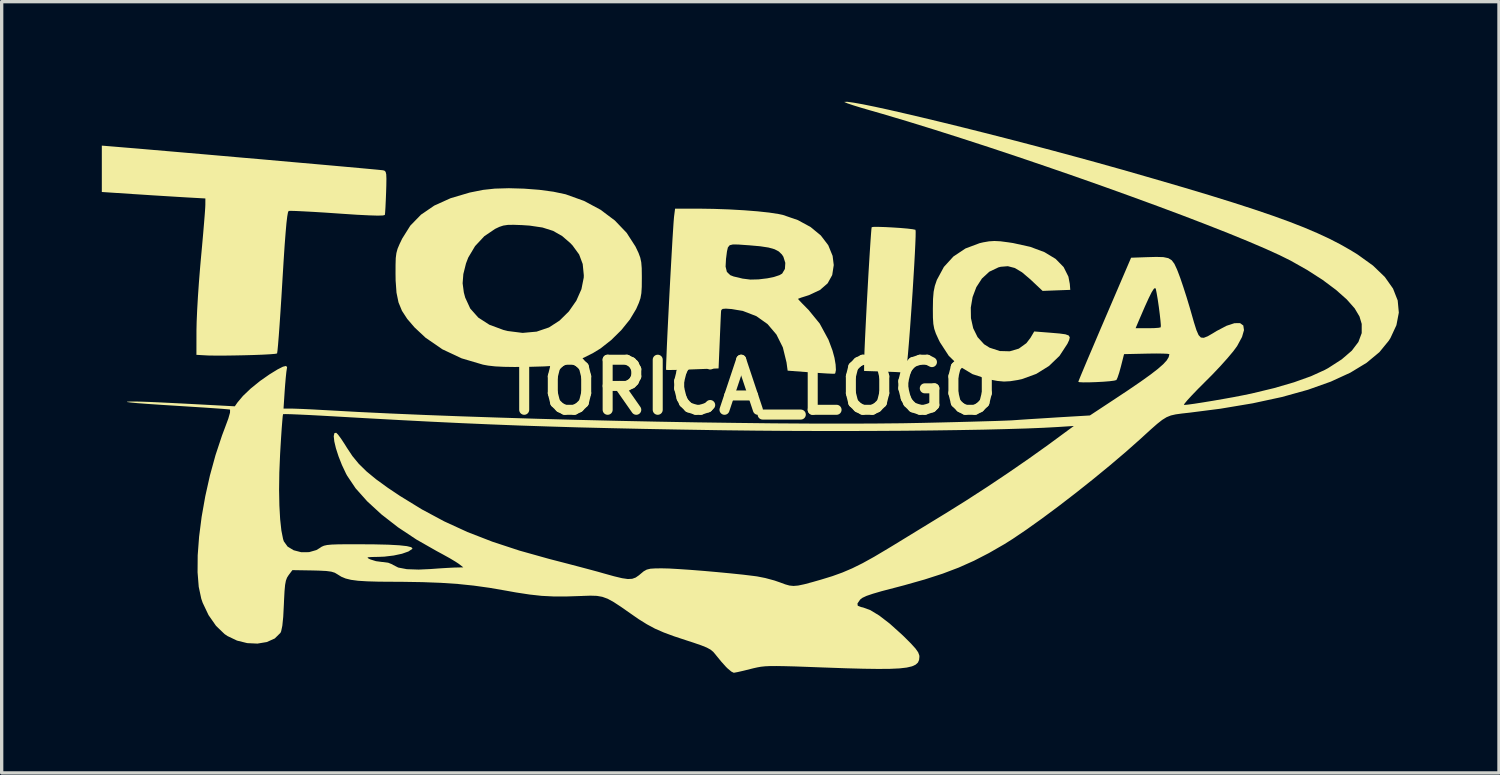
<source format=kicad_pcb>
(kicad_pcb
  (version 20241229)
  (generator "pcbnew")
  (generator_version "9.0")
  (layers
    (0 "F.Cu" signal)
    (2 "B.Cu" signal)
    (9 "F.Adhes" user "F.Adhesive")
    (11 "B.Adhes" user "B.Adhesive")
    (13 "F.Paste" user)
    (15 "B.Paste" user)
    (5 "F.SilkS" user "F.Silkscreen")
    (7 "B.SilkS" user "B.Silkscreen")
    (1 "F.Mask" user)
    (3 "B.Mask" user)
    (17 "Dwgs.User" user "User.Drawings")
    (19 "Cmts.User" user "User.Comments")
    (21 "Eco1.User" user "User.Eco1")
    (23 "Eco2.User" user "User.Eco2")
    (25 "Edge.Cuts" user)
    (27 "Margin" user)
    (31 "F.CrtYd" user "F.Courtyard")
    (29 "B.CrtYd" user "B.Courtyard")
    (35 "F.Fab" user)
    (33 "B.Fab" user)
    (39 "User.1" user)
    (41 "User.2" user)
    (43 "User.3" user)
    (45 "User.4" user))
  (footprint "TORICA_LOGO"
    (layer "F.Cu")
    (at 19.438 8.547)
    (property "Reference" "TORICA_LOGO" (at 0 0 0) (layer "F.SilkS") (effects (font (size 1.5 1.5) (thickness 0.3))))
    (attr board_only exclude_from_pos_files exclude_from_bom)
    (fp_poly (pts (xy 4.028 -4.795) (xy 4.255 -4.783) (xy 4.485 -4.768) (xy 4.691 -4.75) (xy 4.849 -4.731) (xy 4.932 -4.714) (xy 4.935 -4.712) (xy 4.941 -4.655) (xy 4.939 -4.505) (xy 4.93 -4.277) (xy 4.916 -3.984) (xy 4.897 -3.64) (xy 4.874 -3.26) (xy 4.849 -2.857) (xy 4.821 -2.445) (xy 4.792 -2.039) (xy 4.764 -1.651) (xy 4.736 -1.297) (xy 4.71 -0.991) (xy 4.687 -0.745) (xy 4.667 -0.575) (xy 4.653 -0.495) (xy 4.588 -0.44) (xy 4.56 -0.439) (xy 4.48 -0.445) (xy 4.32 -0.454) (xy 4.105 -0.462) (xy 3.944 -0.468) (xy 3.396 -0.485) (xy 3.397 -0.737) (xy 3.401 -0.896) (xy 3.41 -1.132) (xy 3.423 -1.43) (xy 3.44 -1.777) (xy 3.459 -2.159) (xy 3.48 -2.56) (xy 3.503 -2.967) (xy 3.525 -3.366) (xy 3.548 -3.743) (xy 3.569 -4.083) (xy 3.588 -4.372) (xy 3.604 -4.596) (xy 3.616 -4.741) (xy 3.624 -4.792) (xy 3.687 -4.801) (xy 3.83 -4.801)) (stroke (width 0) (type solid)) (fill yes) (layer "F.SilkS"))
    (fp_poly (pts (xy 7.48 -4.369) (xy 7.716 -4.338) (xy 7.856 -4.317) (xy 8.373 -4.203) (xy 8.799 -4.044) (xy 9.133 -3.842) (xy 9.373 -3.597) (xy 9.516 -3.311) (xy 9.558 -3.092) (xy 9.572 -2.914) (xy 9.158 -2.899) (xy 8.743 -2.883) (xy 8.378 -3.227) (xy 8.126 -3.441) (xy 7.908 -3.57) (xy 7.703 -3.623) (xy 7.492 -3.606) (xy 7.42 -3.588) (xy 7.147 -3.458) (xy 6.926 -3.254) (xy 6.758 -2.995) (xy 6.646 -2.699) (xy 6.592 -2.383) (xy 6.597 -2.066) (xy 6.664 -1.765) (xy 6.795 -1.499) (xy 6.991 -1.285) (xy 7.155 -1.182) (xy 7.461 -1.082) (xy 7.759 -1.074) (xy 8.031 -1.154) (xy 8.258 -1.318) (xy 8.379 -1.476) (xy 8.492 -1.668) (xy 8.978 -1.63) (xy 9.249 -1.607) (xy 9.426 -1.583) (xy 9.524 -1.548) (xy 9.557 -1.492) (xy 9.538 -1.409) (xy 9.486 -1.298) (xy 9.25 -0.937) (xy 8.933 -0.633) (xy 8.553 -0.397) (xy 8.125 -0.241) (xy 8 -0.214) (xy 7.774 -0.178) (xy 7.585 -0.168) (xy 7.389 -0.186) (xy 7.142 -0.232) (xy 7.099 -0.242) (xy 6.645 -0.389) (xy 6.257 -0.621) (xy 5.932 -0.939) (xy 5.669 -1.343) (xy 5.624 -1.434) (xy 5.546 -1.605) (xy 5.497 -1.748) (xy 5.47 -1.895) (xy 5.458 -2.08) (xy 5.456 -2.338) (xy 5.456 -2.353) (xy 5.461 -2.642) (xy 5.479 -2.857) (xy 5.515 -3.033) (xy 5.573 -3.204) (xy 5.578 -3.216) (xy 5.786 -3.601) (xy 6.073 -3.915) (xy 6.433 -4.154) (xy 6.857 -4.313) (xy 6.965 -4.338) (xy 7.139 -4.368) (xy 7.299 -4.378)) (stroke (width 0) (type solid)) (fill yes) (layer "F.SilkS"))
    (fp_poly (pts (xy -19.023 -7.201) (xy -18.727 -7.176) (xy -18.36 -7.146) (xy -17.933 -7.109) (xy -17.455 -7.068) (xy -16.936 -7.023) (xy -16.387 -6.976) (xy -15.817 -6.926) (xy -15.237 -6.875) (xy -14.656 -6.825) (xy -14.084 -6.774) (xy -13.532 -6.725) (xy -13.009 -6.679) (xy -12.526 -6.636) (xy -12.092 -6.597) (xy -11.717 -6.563) (xy -11.412 -6.535) (xy -11.186 -6.514) (xy -11.05 -6.5) (xy -11.012 -6.496) (xy -10.965 -6.481) (xy -10.935 -6.445) (xy -10.918 -6.372) (xy -10.913 -6.24) (xy -10.916 -6.034) (xy -10.922 -5.843) (xy -10.932 -5.592) (xy -10.942 -5.378) (xy -10.952 -5.225) (xy -10.96 -5.158) (xy -11.016 -5.143) (xy -11.173 -5.138) (xy -11.432 -5.146) (xy -11.794 -5.164) (xy -12.261 -5.195) (xy -12.377 -5.203) (xy -12.755 -5.229) (xy -13.099 -5.25) (xy -13.395 -5.266) (xy -13.627 -5.277) (xy -13.782 -5.281) (xy -13.842 -5.278) (xy -13.862 -5.234) (xy -13.883 -5.116) (xy -13.907 -4.917) (xy -13.932 -4.633) (xy -13.961 -4.258) (xy -13.992 -3.787) (xy -14.027 -3.215) (xy -14.031 -3.148) (xy -14.059 -2.684) (xy -14.087 -2.253) (xy -14.113 -1.869) (xy -14.137 -1.541) (xy -14.158 -1.281) (xy -14.175 -1.102) (xy -14.187 -1.015) (xy -14.19 -1.009) (xy -14.252 -0.997) (xy -14.401 -0.985) (xy -14.619 -0.973) (xy -14.884 -0.963) (xy -15.177 -0.955) (xy -15.479 -0.949) (xy -15.77 -0.945) (xy -16.03 -0.945) (xy -16.239 -0.948) (xy -16.323 -0.952) (xy -16.604 -0.968) (xy -16.603 -1.701) (xy -16.597 -1.964) (xy -16.582 -2.308) (xy -16.559 -2.709) (xy -16.529 -3.14) (xy -16.494 -3.578) (xy -16.47 -3.85) (xy -16.434 -4.239) (xy -16.402 -4.601) (xy -16.375 -4.922) (xy -16.354 -5.183) (xy -16.341 -5.369) (xy -16.337 -5.46) (xy -16.336 -5.652) (xy -16.938 -5.686) (xy -17.204 -5.702) (xy -17.542 -5.723) (xy -17.917 -5.746) (xy -18.295 -5.771) (xy -18.489 -5.783) (xy -19.438 -5.846) (xy -19.438 -6.54) (xy -19.438 -7.235)) (stroke (width 0) (type solid)) (fill yes) (layer "F.SilkS"))
    (fp_poly (pts (xy -6.788 -5.946) (xy -6.332 -5.911) (xy -5.909 -5.854) (xy -5.554 -5.779) (xy -5.536 -5.774) (xy -4.992 -5.578) (xy -4.499 -5.314) (xy -4.07 -4.992) (xy -3.717 -4.623) (xy -3.454 -4.215) (xy -3.444 -4.195) (xy -3.361 -4.021) (xy -3.309 -3.88) (xy -3.279 -3.738) (xy -3.265 -3.563) (xy -3.262 -3.32) (xy -3.262 -3.263) (xy -3.264 -3.001) (xy -3.276 -2.813) (xy -3.303 -2.664) (xy -3.352 -2.521) (xy -3.428 -2.349) (xy -3.436 -2.333) (xy -3.621 -2.025) (xy -3.878 -1.707) (xy -4.181 -1.409) (xy -4.502 -1.157) (xy -4.718 -1.025) (xy -4.98 -0.892) (xy -5.204 -0.792) (xy -5.414 -0.72) (xy -5.633 -0.67) (xy -5.884 -0.639) (xy -6.192 -0.621) (xy -6.578 -0.61) (xy -6.657 -0.609) (xy -7.072 -0.604) (xy -7.399 -0.609) (xy -7.658 -0.622) (xy -7.869 -0.646) (xy -8.021 -0.674) (xy -8.66 -0.863) (xy -9.235 -1.133) (xy -9.741 -1.481) (xy -10.071 -1.79) (xy -10.29 -2.045) (xy -10.447 -2.286) (xy -10.551 -2.539) (xy -10.611 -2.831) (xy -10.631 -3.111) (xy -8.63 -3.111) (xy -8.594 -2.837) (xy -8.553 -2.683) (xy -8.402 -2.355) (xy -8.161 -2.084) (xy -7.83 -1.87) (xy -7.41 -1.714) (xy -7.278 -1.681) (xy -6.833 -1.625) (xy -6.413 -1.663) (xy -6.043 -1.789) (xy -5.726 -1.994) (xy -5.448 -2.268) (xy -5.224 -2.59) (xy -5.071 -2.935) (xy -5.002 -3.282) (xy -5 -3.351) (xy -5.033 -3.688) (xy -5.14 -3.974) (xy -5.336 -4.243) (xy -5.4 -4.311) (xy -5.648 -4.526) (xy -5.92 -4.681) (xy -6.238 -4.782) (xy -6.624 -4.839) (xy -6.849 -4.854) (xy -7.102 -4.863) (xy -7.279 -4.86) (xy -7.412 -4.84) (xy -7.53 -4.801) (xy -7.656 -4.741) (xy -7.981 -4.521) (xy -8.257 -4.225) (xy -8.462 -3.881) (xy -8.529 -3.706) (xy -8.609 -3.386) (xy -8.63 -3.111) (xy -10.631 -3.111) (xy -10.637 -3.188) (xy -10.64 -3.398) (xy -10.639 -3.672) (xy -10.633 -3.868) (xy -10.614 -4.016) (xy -10.579 -4.145) (xy -10.52 -4.284) (xy -10.44 -4.451) (xy -10.197 -4.838) (xy -9.877 -5.167) (xy -9.477 -5.44) (xy -8.992 -5.659) (xy -8.418 -5.829) (xy -8.018 -5.909) (xy -7.666 -5.947) (xy -7.244 -5.959)) (stroke (width 0) (type solid)) (fill yes) (layer "F.SilkS"))
    (fp_poly (pts (xy -1.561 -5.347) (xy -1.109 -5.34) (xy -0.651 -5.324) (xy -0.208 -5.299) (xy 0.201 -5.267) (xy 0.555 -5.229) (xy 0.835 -5.186) (xy 0.963 -5.159) (xy 1.412 -5.004) (xy 1.794 -4.796) (xy 2.1 -4.543) (xy 2.322 -4.252) (xy 2.453 -3.932) (xy 2.487 -3.657) (xy 2.441 -3.358) (xy 2.304 -3.11) (xy 2.073 -2.91) (xy 1.747 -2.757) (xy 1.644 -2.724) (xy 1.508 -2.681) (xy 1.427 -2.65) (xy 1.417 -2.643) (xy 1.452 -2.601) (xy 1.545 -2.503) (xy 1.68 -2.366) (xy 1.732 -2.314) (xy 2.066 -1.905) (xy 2.329 -1.42) (xy 2.45 -1.096) (xy 2.509 -0.878) (xy 2.543 -0.676) (xy 2.552 -0.514) (xy 2.533 -0.418) (xy 2.513 -0.402) (xy 2.442 -0.402) (xy 2.287 -0.409) (xy 2.069 -0.423) (xy 1.811 -0.441) (xy 1.783 -0.443) (xy 1.106 -0.494) (xy 1.072 -0.742) (xy 0.962 -1.191) (xy 0.77 -1.576) (xy 0.503 -1.89) (xy 0.168 -2.127) (xy -0.231 -2.281) (xy -0.567 -2.339) (xy -0.744 -2.352) (xy -0.84 -2.344) (xy -0.881 -2.311) (xy -0.889 -2.267) (xy -0.894 -2.179) (xy -0.902 -2.007) (xy -0.912 -1.771) (xy -0.924 -1.493) (xy -0.929 -1.364) (xy -0.963 -0.561) (xy -1.738 -0.532) (xy -2.014 -0.522) (xy -2.25 -0.516) (xy -2.426 -0.514) (xy -2.522 -0.515) (xy -2.534 -0.517) (xy -2.536 -0.571) (xy -2.532 -0.719) (xy -2.523 -0.947) (xy -2.511 -1.242) (xy -2.495 -1.591) (xy -2.476 -1.979) (xy -2.455 -2.394) (xy -2.433 -2.823) (xy -2.41 -3.252) (xy -2.39 -3.611) (xy -0.753 -3.611) (xy -0.714 -3.452) (xy -0.614 -3.355) (xy -0.515 -3.316) (xy -0.242 -3.251) (xy -0.009 -3.222) (xy 0.233 -3.228) (xy 0.5 -3.26) (xy 0.695 -3.3) (xy 0.859 -3.354) (xy 0.941 -3.401) (xy 1.024 -3.541) (xy 1.036 -3.722) (xy 0.978 -3.907) (xy 0.933 -3.975) (xy 0.841 -4.064) (xy 0.714 -4.131) (xy 0.533 -4.182) (xy 0.283 -4.22) (xy -0.055 -4.25) (xy -0.118 -4.254) (xy -0.368 -4.272) (xy -0.532 -4.275) (xy -0.63 -4.251) (xy -0.684 -4.185) (xy -0.712 -4.064) (xy -0.736 -3.876) (xy -0.74 -3.848) (xy -0.753 -3.611) (xy -2.39 -3.611) (xy -2.387 -3.668) (xy -2.365 -4.058) (xy -2.345 -4.407) (xy -2.326 -4.704) (xy -2.311 -4.934) (xy -2.299 -5.084) (xy -2.295 -5.12) (xy -2.266 -5.347)) (stroke (width 0) (type solid)) (fill yes) (layer "F.SilkS"))
    (fp_poly (pts (xy 3.087 -8.521) (xy 3.362 -8.472) (xy 3.715 -8.4) (xy 4.138 -8.308) (xy 4.622 -8.197) (xy 5.159 -8.071) (xy 5.741 -7.931) (xy 6.359 -7.779) (xy 7.005 -7.617) (xy 7.671 -7.447) (xy 8.348 -7.271) (xy 9.029 -7.091) (xy 9.704 -6.909) (xy 10.365 -6.728) (xy 11.004 -6.549) (xy 11.123 -6.516) (xy 12.092 -6.237) (xy 12.966 -5.982) (xy 13.749 -5.747) (xy 14.45 -5.529) (xy 15.077 -5.326) (xy 15.635 -5.136) (xy 16.132 -4.956) (xy 16.575 -4.783) (xy 16.972 -4.614) (xy 17.33 -4.448) (xy 17.655 -4.281) (xy 17.956 -4.11) (xy 18.181 -3.972) (xy 18.641 -3.641) (xy 18.994 -3.301) (xy 19.24 -2.953) (xy 19.38 -2.597) (xy 19.414 -2.232) (xy 19.342 -1.857) (xy 19.164 -1.473) (xy 19.115 -1.394) (xy 18.833 -1.049) (xy 18.448 -0.729) (xy 17.962 -0.434) (xy 17.376 -0.165) (xy 16.693 0.078) (xy 15.913 0.295) (xy 15.038 0.484) (xy 14.07 0.646) (xy 13.148 0.764) (xy 12.913 0.79) (xy 12.732 0.815) (xy 12.586 0.848) (xy 12.457 0.9) (xy 12.326 0.981) (xy 12.175 1.1) (xy 11.985 1.267) (xy 11.737 1.493) (xy 11.674 1.551) (xy 11.24 1.936) (xy 10.761 2.343) (xy 10.254 2.759) (xy 9.734 3.172) (xy 9.217 3.57) (xy 8.719 3.94) (xy 8.256 4.27) (xy 7.845 4.548) (xy 7.597 4.704) (xy 7.135 4.97) (xy 6.687 5.201) (xy 6.232 5.404) (xy 5.747 5.588) (xy 5.211 5.761) (xy 4.6 5.934) (xy 4.284 6.017) (xy 3.924 6.111) (xy 3.657 6.189) (xy 3.469 6.253) (xy 3.347 6.31) (xy 3.279 6.362) (xy 3.276 6.366) (xy 3.197 6.481) (xy 3.206 6.548) (xy 3.309 6.588) (xy 3.366 6.6) (xy 3.582 6.679) (xy 3.85 6.842) (xy 4.164 7.084) (xy 4.518 7.402) (xy 4.596 7.476) (xy 4.8 7.68) (xy 4.936 7.83) (xy 5.015 7.942) (xy 5.049 8.032) (xy 5.053 8.077) (xy 5.043 8.171) (xy 5.009 8.25) (xy 4.94 8.313) (xy 4.831 8.363) (xy 4.672 8.4) (xy 4.456 8.425) (xy 4.173 8.438) (xy 3.817 8.441) (xy 3.379 8.435) (xy 2.851 8.421) (xy 2.225 8.399) (xy 2.194 8.398) (xy 1.712 8.38) (xy 1.323 8.366) (xy 1.014 8.358) (xy 0.771 8.354) (xy 0.582 8.355) (xy 0.431 8.362) (xy 0.307 8.375) (xy 0.196 8.395) (xy 0.083 8.42) (xy -0.009 8.443) (xy -0.217 8.495) (xy -0.388 8.534) (xy -0.494 8.554) (xy -0.509 8.556) (xy -0.581 8.52) (xy -0.69 8.429) (xy -0.741 8.379) (xy -0.887 8.216) (xy -1.031 8.04) (xy -1.054 8.011) (xy -1.122 7.93) (xy -1.203 7.863) (xy -1.315 7.802) (xy -1.478 7.736) (xy -1.712 7.655) (xy -1.909 7.591) (xy -2.297 7.463) (xy -2.607 7.348) (xy -2.87 7.233) (xy -3.111 7.103) (xy -3.36 6.948) (xy -3.603 6.779) (xy -3.886 6.581) (xy -4.106 6.437) (xy -4.285 6.339) (xy -4.445 6.281) (xy -4.609 6.252) (xy -4.801 6.246) (xy -5.042 6.254) (xy -5.053 6.255) (xy -5.513 6.27) (xy -5.903 6.27) (xy -6.262 6.252) (xy -6.625 6.212) (xy -7.031 6.15) (xy -7.331 6.096) (xy -7.824 6.011) (xy -8.297 5.945) (xy -8.772 5.896) (xy -9.275 5.862) (xy -9.828 5.841) (xy -10.455 5.831) (xy -10.695 5.83) (xy -11.138 5.827) (xy -11.488 5.817) (xy -11.762 5.8) (xy -11.973 5.772) (xy -12.135 5.732) (xy -12.265 5.678) (xy -12.376 5.609) (xy -12.379 5.607) (xy -12.46 5.559) (xy -12.564 5.527) (xy -12.714 5.507) (xy -12.934 5.496) (xy -13.125 5.491) (xy -13.729 5.481) (xy -13.843 5.632) (xy -13.89 5.706) (xy -13.924 5.797) (xy -13.948 5.925) (xy -13.965 6.111) (xy -13.979 6.374) (xy -13.985 6.514) (xy -14.004 6.883) (xy -14.031 7.148) (xy -14.066 7.313) (xy -14.087 7.36) (xy -14.257 7.528) (xy -14.494 7.635) (xy -14.776 7.682) (xy -15.081 7.668) (xy -15.388 7.592) (xy -15.675 7.455) (xy -15.763 7.395) (xy -16.017 7.15) (xy -16.241 6.829) (xy -16.417 6.459) (xy -16.459 6.337) (xy -16.535 5.981) (xy -16.57 5.543) (xy -16.566 5.037) (xy -16.524 4.479) (xy -16.448 3.885) (xy -16.339 3.269) (xy -16.296 3.076) (xy -14.128 3.076) (xy -14.119 3.547) (xy -14.096 3.958) (xy -14.059 4.296) (xy -14.009 4.548) (xy -13.986 4.619) (xy -13.873 4.776) (xy -13.691 4.886) (xy -13.467 4.944) (xy -13.231 4.943) (xy -13.011 4.88) (xy -12.918 4.824) (xy -12.854 4.781) (xy -12.784 4.75) (xy -12.69 4.729) (xy -12.555 4.716) (xy -12.362 4.709) (xy -12.092 4.706) (xy -11.828 4.706) (xy -11.292 4.709) (xy -10.86 4.719) (xy -10.53 4.737) (xy -10.301 4.762) (xy -10.169 4.794) (xy -10.132 4.834) (xy -10.14 4.847) (xy -10.254 4.923) (xy -10.448 4.991) (xy -10.698 5.044) (xy -10.975 5.077) (xy -11.146 5.084) (xy -11.347 5.088) (xy -11.455 5.095) (xy -11.481 5.11) (xy -11.441 5.138) (xy -11.39 5.162) (xy -11.225 5.213) (xy -11.037 5.238) (xy -11.02 5.238) (xy -10.86 5.259) (xy -10.736 5.309) (xy -10.722 5.321) (xy -10.559 5.404) (xy -10.3 5.453) (xy -9.946 5.465) (xy -9.595 5.449) (xy -9.335 5.43) (xy -9.092 5.415) (xy -8.899 5.405) (xy -8.823 5.403) (xy -8.609 5.398) (xy -8.743 5.294) (xy -8.845 5.227) (xy -9.015 5.125) (xy -9.23 5.006) (xy -9.411 4.908) (xy -10.013 4.565) (xy -10.567 4.197) (xy -11.063 3.811) (xy -11.489 3.419) (xy -11.836 3.03) (xy -12.09 2.652) (xy -12.122 2.593) (xy -12.245 2.333) (xy -12.347 2.074) (xy -12.425 1.833) (xy -12.474 1.626) (xy -12.491 1.468) (xy -12.471 1.378) (xy -12.418 1.366) (xy -12.362 1.421) (xy -12.269 1.547) (xy -12.155 1.721) (xy -12.097 1.815) (xy -11.931 2.065) (xy -11.74 2.297) (xy -11.51 2.523) (xy -11.225 2.758) (xy -10.871 3.015) (xy -10.508 3.258) (xy -9.85 3.662) (xy -9.182 4.02) (xy -8.485 4.34) (xy -7.74 4.629) (xy -6.929 4.896) (xy -6.033 5.147) (xy -5.882 5.186) (xy -5.53 5.277) (xy -5.179 5.369) (xy -4.855 5.455) (xy -4.584 5.528) (xy -4.412 5.577) (xy -4.092 5.666) (xy -3.854 5.723) (xy -3.681 5.748) (xy -3.551 5.741) (xy -3.447 5.704) (xy -3.349 5.636) (xy -3.309 5.602) (xy -3.207 5.517) (xy -3.116 5.466) (xy -3.006 5.439) (xy -2.847 5.429) (xy -2.652 5.428) (xy -2.441 5.433) (xy -2.148 5.45) (xy -1.794 5.474) (xy -1.402 5.505) (xy -0.996 5.541) (xy -0.598 5.579) (xy -0.231 5.617) (xy 0.082 5.655) (xy 0.189 5.669) (xy 0.437 5.718) (xy 0.711 5.792) (xy 0.884 5.852) (xy 1.035 5.908) (xy 1.161 5.943) (xy 1.282 5.955) (xy 1.423 5.943) (xy 1.603 5.905) (xy 1.846 5.84) (xy 2.112 5.764) (xy 2.444 5.662) (xy 2.746 5.553) (xy 3.041 5.427) (xy 3.35 5.274) (xy 3.695 5.083) (xy 4.097 4.844) (xy 4.251 4.751) (xy 4.596 4.54) (xy 4.983 4.303) (xy 5.374 4.064) (xy 5.729 3.847) (xy 5.855 3.77) (xy 6.44 3.405) (xy 7.071 2.997) (xy 7.714 2.567) (xy 8.336 2.138) (xy 8.904 1.733) (xy 9.01 1.655) (xy 9.679 1.163) (xy 9.197 1.194) (xy 8.775 1.217) (xy 8.257 1.238) (xy 7.654 1.256) (xy 6.975 1.273) (xy 6.234 1.286) (xy 5.439 1.297) (xy 4.603 1.306) (xy 3.735 1.311) (xy 2.847 1.314) (xy 1.949 1.313) (xy 1.052 1.31) (xy 0.168 1.303) (xy -0.694 1.293) (xy -0.986 1.289) (xy -2.15 1.27) (xy -3.223 1.25) (xy -4.223 1.228) (xy -5.165 1.205) (xy -6.065 1.178) (xy -6.942 1.149) (xy -7.81 1.115) (xy -8.686 1.077) (xy -9.588 1.034) (xy -10.53 0.985) (xy -11.531 0.93) (xy -12.474 0.876) (xy -12.865 0.854) (xy -13.22 0.835) (xy -13.525 0.821) (xy -13.767 0.811) (xy -13.932 0.807) (xy -14.006 0.809) (xy -14.009 0.81) (xy -14.019 0.868) (xy -14.032 1.017) (xy -14.05 1.241) (xy -14.069 1.526) (xy -14.089 1.855) (xy -14.098 2.013) (xy -14.121 2.56) (xy -14.128 3.076) (xy -16.296 3.076) (xy -16.2 2.647) (xy -16.032 2.035) (xy -15.837 1.447) (xy -15.749 1.213) (xy -15.649 0.943) (xy -15.598 0.764) (xy -15.596 0.678) (xy -15.605 0.67) (xy -15.673 0.663) (xy -15.834 0.649) (xy -16.072 0.632) (xy -16.375 0.611) (xy -16.727 0.589) (xy -17.115 0.564) (xy -17.165 0.561) (xy -17.658 0.53) (xy -18.057 0.503) (xy -18.362 0.48) (xy -18.569 0.461) (xy -18.678 0.446) (xy -18.685 0.436) (xy -18.589 0.431) (xy -18.39 0.431) (xy -18.247 0.435) (xy -18.016 0.443) (xy -17.718 0.456) (xy -17.371 0.473) (xy -16.995 0.492) (xy -16.764 0.504) (xy -15.454 0.574) (xy -15.376 0.461) (xy -15.21 0.263) (xy -14.975 0.039) (xy -14.695 -0.187) (xy -14.416 -0.382) (xy -14.177 -0.529) (xy -14.014 -0.612) (xy -13.92 -0.635) (xy -13.888 -0.6) (xy -13.896 -0.548) (xy -13.91 -0.457) (xy -13.928 -0.287) (xy -13.947 -0.065) (xy -13.959 0.094) (xy -13.995 0.642) (xy -13.762 0.642) (xy -13.629 0.646) (xy -13.413 0.654) (xy -13.139 0.667) (xy -12.832 0.684) (xy -12.647 0.694) (xy -11.764 0.743) (xy -10.801 0.789) (xy -9.768 0.833) (xy -8.678 0.874) (xy -7.543 0.912) (xy -6.374 0.948) (xy -5.184 0.98) (xy -3.983 1.009) (xy -2.786 1.034) (xy -1.602 1.055) (xy -0.444 1.071) (xy 0.676 1.084) (xy 1.745 1.091) (xy 2.754 1.093) (xy 3.688 1.09) (xy 4.537 1.082) (xy 5.133 1.071) (xy 5.645 1.059) (xy 6.135 1.047) (xy 6.59 1.035) (xy 6.999 1.023) (xy 7.348 1.013) (xy 7.624 1.003) (xy 7.814 0.995) (xy 7.887 0.99) (xy 8.058 0.978) (xy 8.309 0.961) (xy 8.615 0.942) (xy 8.949 0.921) (xy 9.197 0.905) (xy 10.16 0.848) (xy 10.855 0.39) (xy 11.309 0.089) (xy 11.678 -0.163) (xy 11.97 -0.372) (xy 12.193 -0.544) (xy 12.354 -0.685) (xy 12.461 -0.801) (xy 12.52 -0.899) (xy 12.54 -0.983) (xy 12.54 -0.988) (xy 12.489 -0.999) (xy 12.353 -1.005) (xy 12.149 -1.008) (xy 11.899 -1.005) (xy 11.861 -1.004) (xy 11.183 -0.989) (xy 11.09 -0.622) (xy 11.038 -0.434) (xy 10.989 -0.288) (xy 10.954 -0.214) (xy 10.953 -0.213) (xy 10.887 -0.195) (xy 10.746 -0.177) (xy 10.557 -0.162) (xy 10.346 -0.151) (xy 10.139 -0.144) (xy 9.964 -0.143) (xy 9.847 -0.149) (xy 9.812 -0.16) (xy 9.833 -0.214) (xy 9.891 -0.356) (xy 9.982 -0.574) (xy 10.101 -0.857) (xy 10.245 -1.194) (xy 10.407 -1.575) (xy 10.488 -1.765) (xy 11.529 -1.765) (xy 11.892 -1.765) (xy 12.078 -1.768) (xy 12.218 -1.778) (xy 12.281 -1.792) (xy 12.281 -1.792) (xy 12.285 -1.851) (xy 12.274 -1.99) (xy 12.253 -2.182) (xy 12.225 -2.401) (xy 12.193 -2.621) (xy 12.16 -2.815) (xy 12.135 -2.939) (xy 12.113 -2.971) (xy 12.073 -2.942) (xy 12.011 -2.845) (xy 11.924 -2.671) (xy 11.807 -2.414) (xy 11.657 -2.067) (xy 11.602 -1.938) (xy 11.529 -1.765) (xy 10.488 -1.765) (xy 10.584 -1.988) (xy 10.603 -2.033) (xy 11.394 -3.877) (xy 11.847 -3.893) (xy 12.147 -3.901) (xy 12.361 -3.895) (xy 12.509 -3.864) (xy 12.612 -3.8) (xy 12.691 -3.694) (xy 12.765 -3.535) (xy 12.795 -3.461) (xy 12.867 -3.269) (xy 12.957 -3.004) (xy 13.056 -2.696) (xy 13.153 -2.375) (xy 13.187 -2.257) (xy 13.279 -1.935) (xy 13.352 -1.705) (xy 13.416 -1.559) (xy 13.485 -1.486) (xy 13.572 -1.478) (xy 13.689 -1.524) (xy 13.848 -1.616) (xy 13.957 -1.683) (xy 14.255 -1.839) (xy 14.49 -1.916) (xy 14.658 -1.918) (xy 14.755 -1.847) (xy 14.776 -1.708) (xy 14.717 -1.503) (xy 14.573 -1.236) (xy 14.566 -1.225) (xy 14.454 -1.073) (xy 14.281 -0.867) (xy 14.065 -0.626) (xy 13.823 -0.371) (xy 13.626 -0.174) (xy 13.406 0.046) (xy 13.221 0.238) (xy 13.08 0.391) (xy 12.995 0.494) (xy 12.975 0.534) (xy 12.977 0.534) (xy 13.091 0.524) (xy 13.289 0.497) (xy 13.547 0.457) (xy 13.846 0.408) (xy 14.162 0.353) (xy 14.475 0.297) (xy 14.762 0.241) (xy 14.999 0.192) (xy 15.676 0.029) (xy 16.273 -0.145) (xy 16.782 -0.327) (xy 17.195 -0.515) (xy 17.298 -0.571) (xy 17.704 -0.833) (xy 18.005 -1.092) (xy 18.203 -1.353) (xy 18.302 -1.619) (xy 18.302 -1.894) (xy 18.236 -2.116) (xy 18.091 -2.36) (xy 17.853 -2.629) (xy 17.531 -2.914) (xy 17.136 -3.209) (xy 16.675 -3.506) (xy 16.176 -3.788) (xy 15.84 -3.955) (xy 15.41 -4.15) (xy 14.897 -4.369) (xy 14.308 -4.61) (xy 13.653 -4.868) (xy 12.942 -5.141) (xy 12.182 -5.425) (xy 11.384 -5.717) (xy 10.556 -6.015) (xy 9.708 -6.314) (xy 8.848 -6.611) (xy 7.986 -6.904) (xy 7.13 -7.189) (xy 6.29 -7.462) (xy 5.476 -7.721) (xy 4.695 -7.962) (xy 3.957 -8.182) (xy 3.553 -8.298) (xy 3.283 -8.377) (xy 3.06 -8.446) (xy 2.897 -8.501) (xy 2.812 -8.537) (xy 2.806 -8.546) (xy 2.899 -8.547)) (stroke (width 0) (type solid)) (fill yes) (layer "F.SilkS")))
  (gr_rect
    (start -3 -3)
    (end 41.852 20.103)
    (stroke (width 0.1) (type default))
    (fill no)
    (layer "Edge.Cuts")))
</source>
